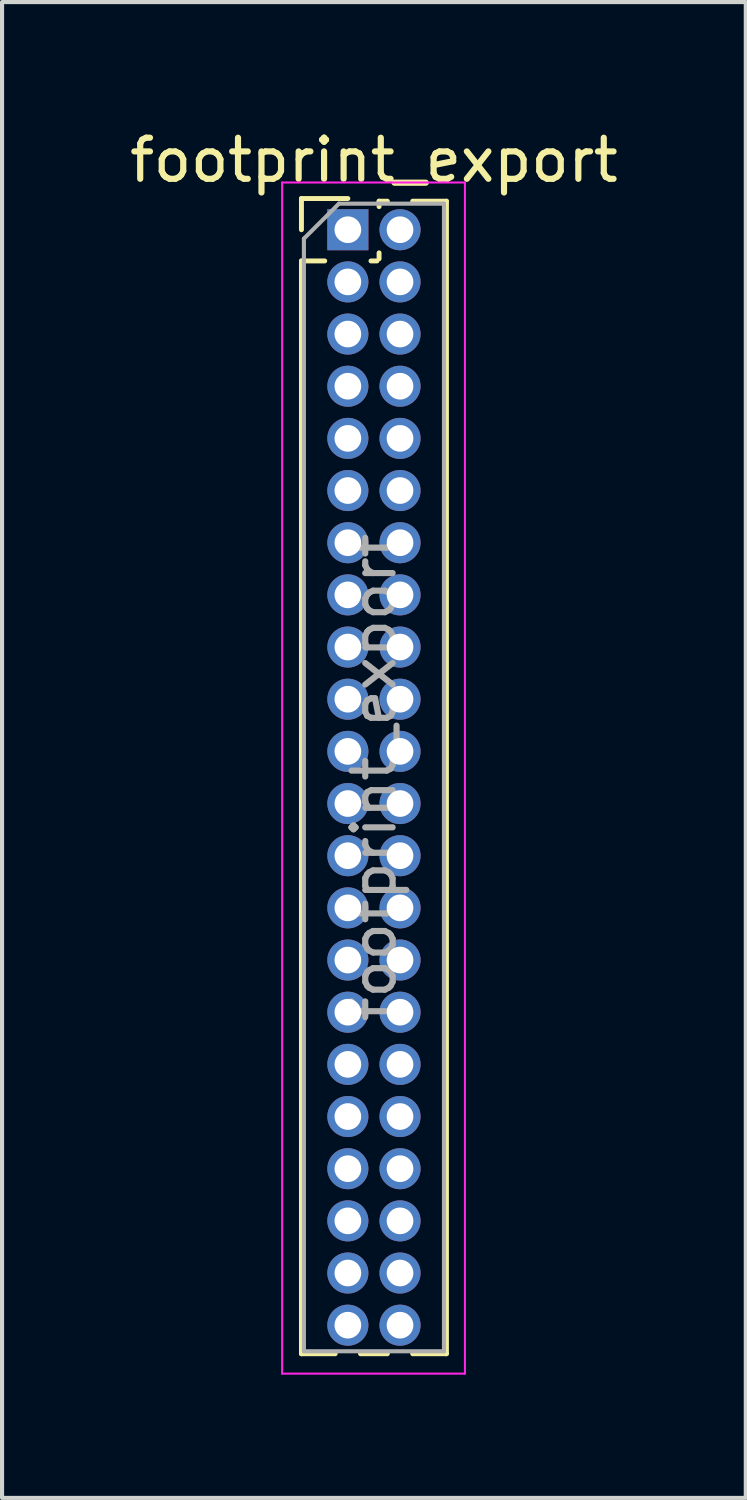
<source format=kicad_pcb>
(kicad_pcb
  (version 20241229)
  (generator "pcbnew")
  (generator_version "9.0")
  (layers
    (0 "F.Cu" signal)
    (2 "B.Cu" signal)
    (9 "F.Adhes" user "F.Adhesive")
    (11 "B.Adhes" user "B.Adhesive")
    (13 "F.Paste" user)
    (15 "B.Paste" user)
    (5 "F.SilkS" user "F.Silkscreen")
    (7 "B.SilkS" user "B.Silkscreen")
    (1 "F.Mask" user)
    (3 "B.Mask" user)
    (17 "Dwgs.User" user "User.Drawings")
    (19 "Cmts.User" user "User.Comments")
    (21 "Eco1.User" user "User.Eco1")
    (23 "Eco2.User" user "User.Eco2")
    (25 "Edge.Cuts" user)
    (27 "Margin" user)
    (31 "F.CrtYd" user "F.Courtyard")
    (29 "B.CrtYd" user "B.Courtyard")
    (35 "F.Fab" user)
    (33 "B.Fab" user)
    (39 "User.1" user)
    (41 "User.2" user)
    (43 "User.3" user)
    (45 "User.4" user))
  (footprint "footprint_export"
    (layer "F.Cu")
    (at 5.419 2.543)
    (property "Reference" "footprint_export" (at 0.635 -1.695 0) (layer "F.SilkS") (effects (font (size 1 1) (thickness 0.15))))
    (attr through_hole)
    (fp_line (start -1.13 -0.76) (end 0 -0.76) (stroke (width 0.12) (type solid)) (layer "F.SilkS"))
    (fp_line (start -1.13 0) (end -1.13 -0.76) (stroke (width 0.12) (type solid)) (layer "F.SilkS"))
    (fp_line (start -1.13 0.76) (end -1.13 27.365) (stroke (width 0.12) (type solid)) (layer "F.SilkS"))
    (fp_line (start -1.13 0.76) (end -0.563 0.76) (stroke (width 0.12) (type solid)) (layer "F.SilkS"))
    (fp_line (start -1.13 27.365) (end -0.308 27.365) (stroke (width 0.12) (type solid)) (layer "F.SilkS"))
    (fp_line (start 0.308 27.365) (end 0.962 27.365) (stroke (width 0.12) (type solid)) (layer "F.SilkS"))
    (fp_line (start 0.563 0.76) (end 0.707 0.76) (stroke (width 0.12) (type solid)) (layer "F.SilkS"))
    (fp_line (start 0.76 -0.695) (end 0.962 -0.695) (stroke (width 0.12) (type solid)) (layer "F.SilkS"))
    (fp_line (start 0.76 -0.563) (end 0.76 -0.695) (stroke (width 0.12) (type solid)) (layer "F.SilkS"))
    (fp_line (start 0.76 0.707) (end 0.76 0.563) (stroke (width 0.12) (type solid)) (layer "F.SilkS"))
    (fp_line (start 1.578 -0.695) (end 2.4 -0.695) (stroke (width 0.12) (type solid)) (layer "F.SilkS"))
    (fp_line (start 1.578 27.365) (end 2.4 27.365) (stroke (width 0.12) (type solid)) (layer "F.SilkS"))
    (fp_line (start 2.4 -0.695) (end 2.4 27.365) (stroke (width 0.12) (type solid)) (layer "F.SilkS"))
    (fp_line (start -1.6 -1.15) (end -1.6 27.85) (stroke (width 0.05) (type solid)) (layer "F.CrtYd"))
    (fp_line (start -1.6 27.85) (end 2.85 27.85) (stroke (width 0.05) (type solid)) (layer "F.CrtYd"))
    (fp_line (start 2.85 -1.15) (end -1.6 -1.15) (stroke (width 0.05) (type solid)) (layer "F.CrtYd"))
    (fp_line (start 2.85 27.85) (end 2.85 -1.15) (stroke (width 0.05) (type solid)) (layer "F.CrtYd"))
    (fp_line (start -1.07 0.217) (end -0.217 -0.635) (stroke (width 0.1) (type solid)) (layer "F.Fab"))
    (fp_line (start -1.07 27.305) (end -1.07 0.217) (stroke (width 0.1) (type solid)) (layer "F.Fab"))
    (fp_line (start -0.217 -0.635) (end 2.34 -0.635) (stroke (width 0.1) (type solid)) (layer "F.Fab"))
    (fp_line (start 2.34 -0.635) (end 2.34 27.305) (stroke (width 0.1) (type solid)) (layer "F.Fab"))
    (fp_line (start 2.34 27.305) (end -1.07 27.305) (stroke (width 0.1) (type solid)) (layer "F.Fab"))
    (fp_text user "${REFERENCE}" (at 0.635 13.335 90) (layer "F.Fab") (effects (font (size 1 1) (thickness 0.15))))
    (pad "1" thru_hole rect (at 0 0) (size 1 1) (drill 0.65) (layers "*.Cu" "*.Mask"))
    (pad "2" thru_hole oval (at 1.27 0) (size 1 1) (drill 0.65) (layers "*.Cu" "*.Mask"))
    (pad "3" thru_hole oval (at 0 1.27) (size 1 1) (drill 0.65) (layers "*.Cu" "*.Mask"))
    (pad "4" thru_hole oval (at 1.27 1.27) (size 1 1) (drill 0.65) (layers "*.Cu" "*.Mask"))
    (pad "5" thru_hole oval (at 0 2.54) (size 1 1) (drill 0.65) (layers "*.Cu" "*.Mask"))
    (pad "6" thru_hole oval (at 1.27 2.54) (size 1 1) (drill 0.65) (layers "*.Cu" "*.Mask"))
    (pad "7" thru_hole oval (at 0 3.81) (size 1 1) (drill 0.65) (layers "*.Cu" "*.Mask"))
    (pad "8" thru_hole oval (at 1.27 3.81) (size 1 1) (drill 0.65) (layers "*.Cu" "*.Mask"))
    (pad "9" thru_hole oval (at 0 5.08) (size 1 1) (drill 0.65) (layers "*.Cu" "*.Mask"))
    (pad "10" thru_hole oval (at 1.27 5.08) (size 1 1) (drill 0.65) (layers "*.Cu" "*.Mask"))
    (pad "11" thru_hole oval (at 0 6.35) (size 1 1) (drill 0.65) (layers "*.Cu" "*.Mask"))
    (pad "12" thru_hole oval (at 1.27 6.35) (size 1 1) (drill 0.65) (layers "*.Cu" "*.Mask"))
    (pad "13" thru_hole oval (at 0 7.62) (size 1 1) (drill 0.65) (layers "*.Cu" "*.Mask"))
    (pad "14" thru_hole oval (at 1.27 7.62) (size 1 1) (drill 0.65) (layers "*.Cu" "*.Mask"))
    (pad "15" thru_hole oval (at 0 8.89) (size 1 1) (drill 0.65) (layers "*.Cu" "*.Mask"))
    (pad "16" thru_hole oval (at 1.27 8.89) (size 1 1) (drill 0.65) (layers "*.Cu" "*.Mask"))
    (pad "17" thru_hole oval (at 0 10.16) (size 1 1) (drill 0.65) (layers "*.Cu" "*.Mask"))
    (pad "18" thru_hole oval (at 1.27 10.16) (size 1 1) (drill 0.65) (layers "*.Cu" "*.Mask"))
    (pad "19" thru_hole oval (at 0 11.43) (size 1 1) (drill 0.65) (layers "*.Cu" "*.Mask"))
    (pad "20" thru_hole oval (at 1.27 11.43) (size 1 1) (drill 0.65) (layers "*.Cu" "*.Mask"))
    (pad "21" thru_hole oval (at 0 12.7) (size 1 1) (drill 0.65) (layers "*.Cu" "*.Mask"))
    (pad "22" thru_hole oval (at 1.27 12.7) (size 1 1) (drill 0.65) (layers "*.Cu" "*.Mask"))
    (pad "23" thru_hole oval (at 0 13.97) (size 1 1) (drill 0.65) (layers "*.Cu" "*.Mask"))
    (pad "24" thru_hole oval (at 1.27 13.97) (size 1 1) (drill 0.65) (layers "*.Cu" "*.Mask"))
    (pad "25" thru_hole oval (at 0 15.24) (size 1 1) (drill 0.65) (layers "*.Cu" "*.Mask"))
    (pad "26" thru_hole oval (at 1.27 15.24) (size 1 1) (drill 0.65) (layers "*.Cu" "*.Mask"))
    (pad "27" thru_hole oval (at 0 16.51) (size 1 1) (drill 0.65) (layers "*.Cu" "*.Mask"))
    (pad "28" thru_hole oval (at 1.27 16.51) (size 1 1) (drill 0.65) (layers "*.Cu" "*.Mask"))
    (pad "29" thru_hole oval (at 0 17.78) (size 1 1) (drill 0.65) (layers "*.Cu" "*.Mask"))
    (pad "30" thru_hole oval (at 1.27 17.78) (size 1 1) (drill 0.65) (layers "*.Cu" "*.Mask"))
    (pad "31" thru_hole oval (at 0 19.05) (size 1 1) (drill 0.65) (layers "*.Cu" "*.Mask"))
    (pad "32" thru_hole oval (at 1.27 19.05) (size 1 1) (drill 0.65) (layers "*.Cu" "*.Mask"))
    (pad "33" thru_hole oval (at 0 20.32) (size 1 1) (drill 0.65) (layers "*.Cu" "*.Mask"))
    (pad "34" thru_hole oval (at 1.27 20.32) (size 1 1) (drill 0.65) (layers "*.Cu" "*.Mask"))
    (pad "35" thru_hole oval (at 0 21.59) (size 1 1) (drill 0.65) (layers "*.Cu" "*.Mask"))
    (pad "36" thru_hole oval (at 1.27 21.59) (size 1 1) (drill 0.65) (layers "*.Cu" "*.Mask"))
    (pad "37" thru_hole oval (at 0 22.86) (size 1 1) (drill 0.65) (layers "*.Cu" "*.Mask"))
    (pad "38" thru_hole oval (at 1.27 22.86) (size 1 1) (drill 0.65) (layers "*.Cu" "*.Mask"))
    (pad "39" thru_hole oval (at 0 24.13) (size 1 1) (drill 0.65) (layers "*.Cu" "*.Mask"))
    (pad "40" thru_hole oval (at 1.27 24.13) (size 1 1) (drill 0.65) (layers "*.Cu" "*.Mask"))
    (pad "41" thru_hole oval (at 0 25.4) (size 1 1) (drill 0.65) (layers "*.Cu" "*.Mask"))
    (pad "42" thru_hole oval (at 1.27 25.4) (size 1 1) (drill 0.65) (layers "*.Cu" "*.Mask"))
    (pad "43" thru_hole oval (at 0 26.67) (size 1 1) (drill 0.65) (layers "*.Cu" "*.Mask"))
    (pad "44" thru_hole oval (at 1.27 26.67) (size 1 1) (drill 0.65) (layers "*.Cu" "*.Mask")))
  (gr_rect
    (start -3 -3)
    (end 15.107 33.418)
    (stroke (width 0.1) (type default))
    (fill no)
    (layer "Edge.Cuts")))
</source>
